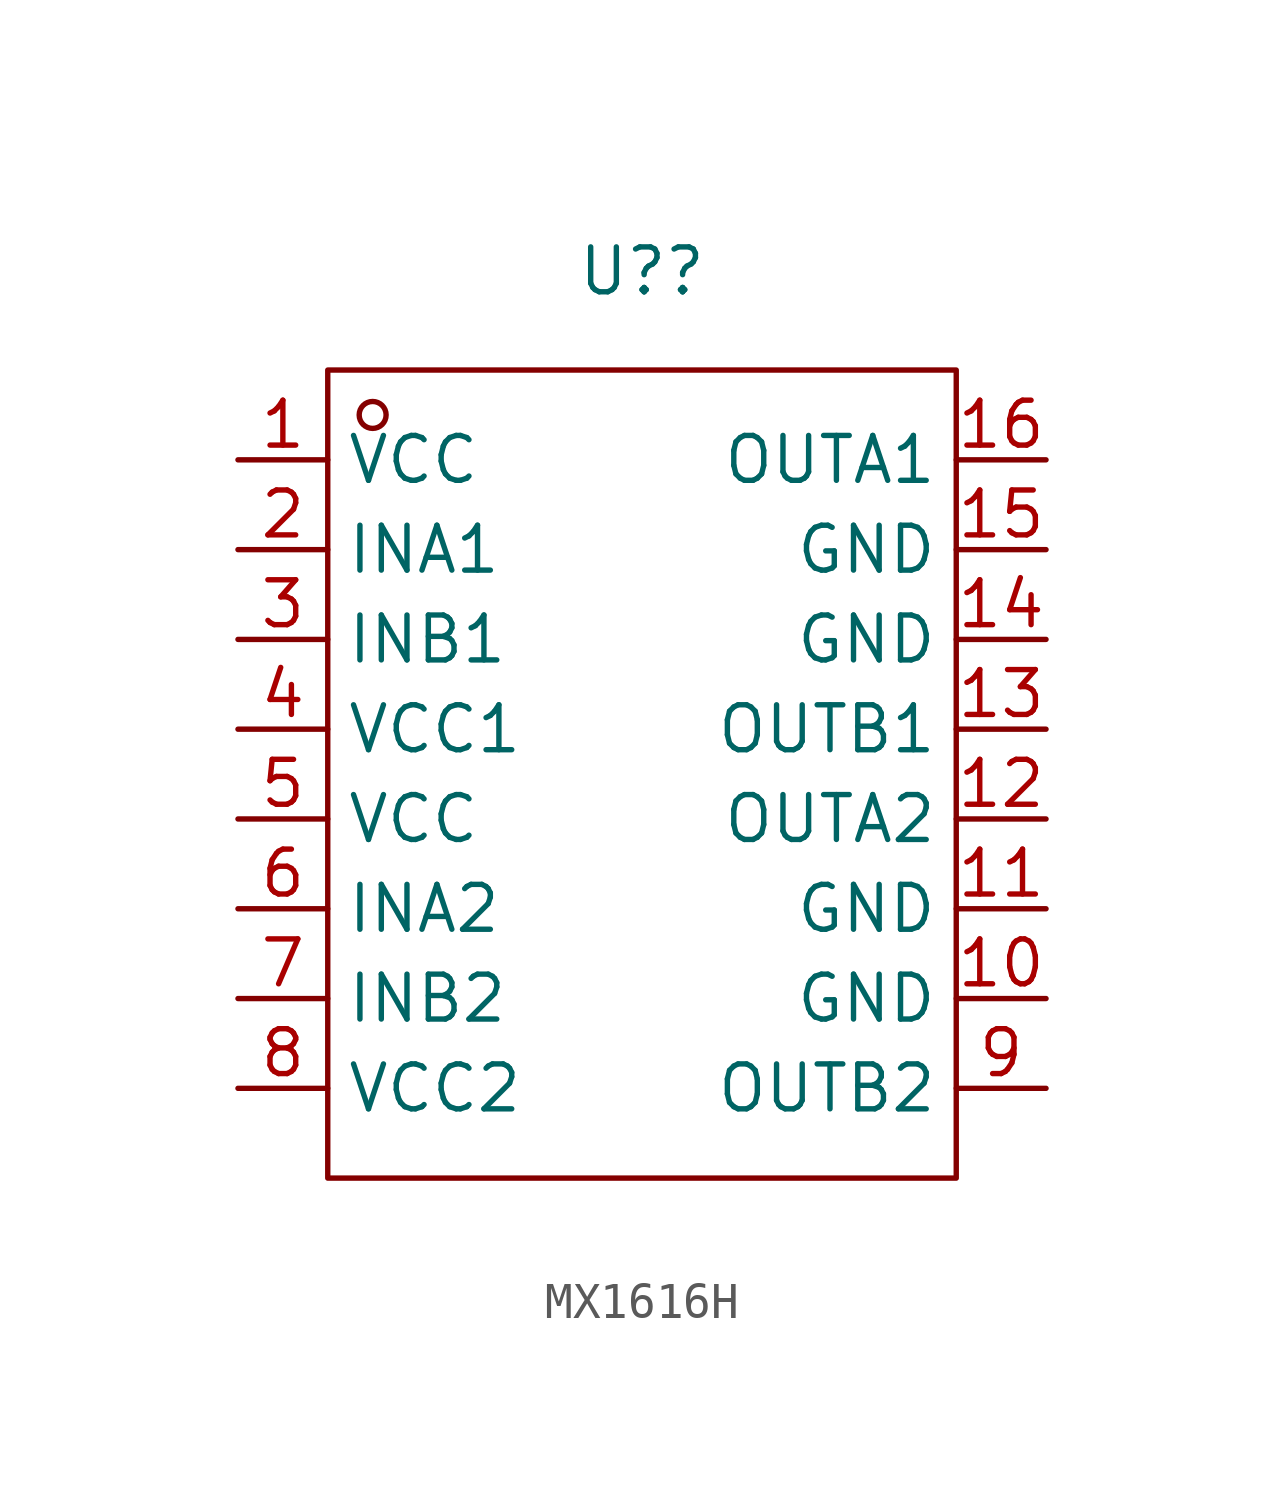
<source format=kicad_sym>
(kicad_symbol_lib
  (version 20231120)
  (generator "kicad_symbol_editor")
  (generator_version "8.0")
  (symbol "MX1616H"
    (property "Reference" "U?"
      (at 0 14.224 0)
      (effects (font (size 1.27 1.27))))
    (property "Value" ""
      (at 0 14.732 0)
      (effects (font (size 1.27 1.27))))
    (symbol "MX1616H_1_0"
      (rectangle (start -8.89 -11.43) (end 8.89 11.43) (stroke (width 0) (type default)) (fill (type none)))
      (circle (center -7.62 10.16) (radius 0.381) (stroke (width 0) (type default)) (fill (type none)))
      (pin power_in line (at -11.43 8.89 0) (length 2.54) (name "VCC" (effects (font (size 1.27 1.27)))) (number "1" (effects (font (size 1.27 1.27)))))
      (pin power_out line (at 11.43 -6.35 180) (length 2.54) (name "GND" (effects (font (size 1.27 1.27)))) (number "10" (effects (font (size 1.27 1.27)))))
      (pin power_out line (at 11.43 -3.81 180) (length 2.54) (name "GND" (effects (font (size 1.27 1.27)))) (number "11" (effects (font (size 1.27 1.27)))))
      (pin output line (at 11.43 -1.27 180) (length 2.54) (name "OUTA2" (effects (font (size 1.27 1.27)))) (number "12" (effects (font (size 1.27 1.27)))))
      (pin output line (at 11.43 1.27 180) (length 2.54) (name "OUTB1" (effects (font (size 1.27 1.27)))) (number "13" (effects (font (size 1.27 1.27)))))
      (pin power_out line (at 11.43 3.81 180) (length 2.54) (name "GND" (effects (font (size 1.27 1.27)))) (number "14" (effects (font (size 1.27 1.27)))))
      (pin power_out line (at 11.43 6.35 180) (length 2.54) (name "GND" (effects (font (size 1.27 1.27)))) (number "15" (effects (font (size 1.27 1.27)))))
      (pin output line (at 11.43 8.89 180) (length 2.54) (name "OUTA1" (effects (font (size 1.27 1.27)))) (number "16" (effects (font (size 1.27 1.27)))))
      (pin input line (at -11.43 6.35 0) (length 2.54) (name "INA1" (effects (font (size 1.27 1.27)))) (number "2" (effects (font (size 1.27 1.27)))))
      (pin input line (at -11.43 3.81 0) (length 2.54) (name "INB1" (effects (font (size 1.27 1.27)))) (number "3" (effects (font (size 1.27 1.27)))))
      (pin power_in line (at -11.43 1.27 0) (length 2.54) (name "VCC1" (effects (font (size 1.27 1.27)))) (number "4" (effects (font (size 1.27 1.27)))))
      (pin power_in line (at -11.43 -1.27 0) (length 2.54) (name "VCC" (effects (font (size 1.27 1.27)))) (number "5" (effects (font (size 1.27 1.27)))))
      (pin input line (at -11.43 -3.81 0) (length 2.54) (name "INA2" (effects (font (size 1.27 1.27)))) (number "6" (effects (font (size 1.27 1.27)))))
      (pin input line (at -11.43 -6.35 0) (length 2.54) (name "INB2" (effects (font (size 1.27 1.27)))) (number "7" (effects (font (size 1.27 1.27)))))
      (pin power_in line (at -11.43 -8.89 0) (length 2.54) (name "VCC2" (effects (font (size 1.27 1.27)))) (number "8" (effects (font (size 1.27 1.27)))))
      (pin output line (at 11.43 -8.89 180) (length 2.54) (name "OUTB2" (effects (font (size 1.27 1.27)))) (number "9" (effects (font (size 1.27 1.27))))))))
</source>
